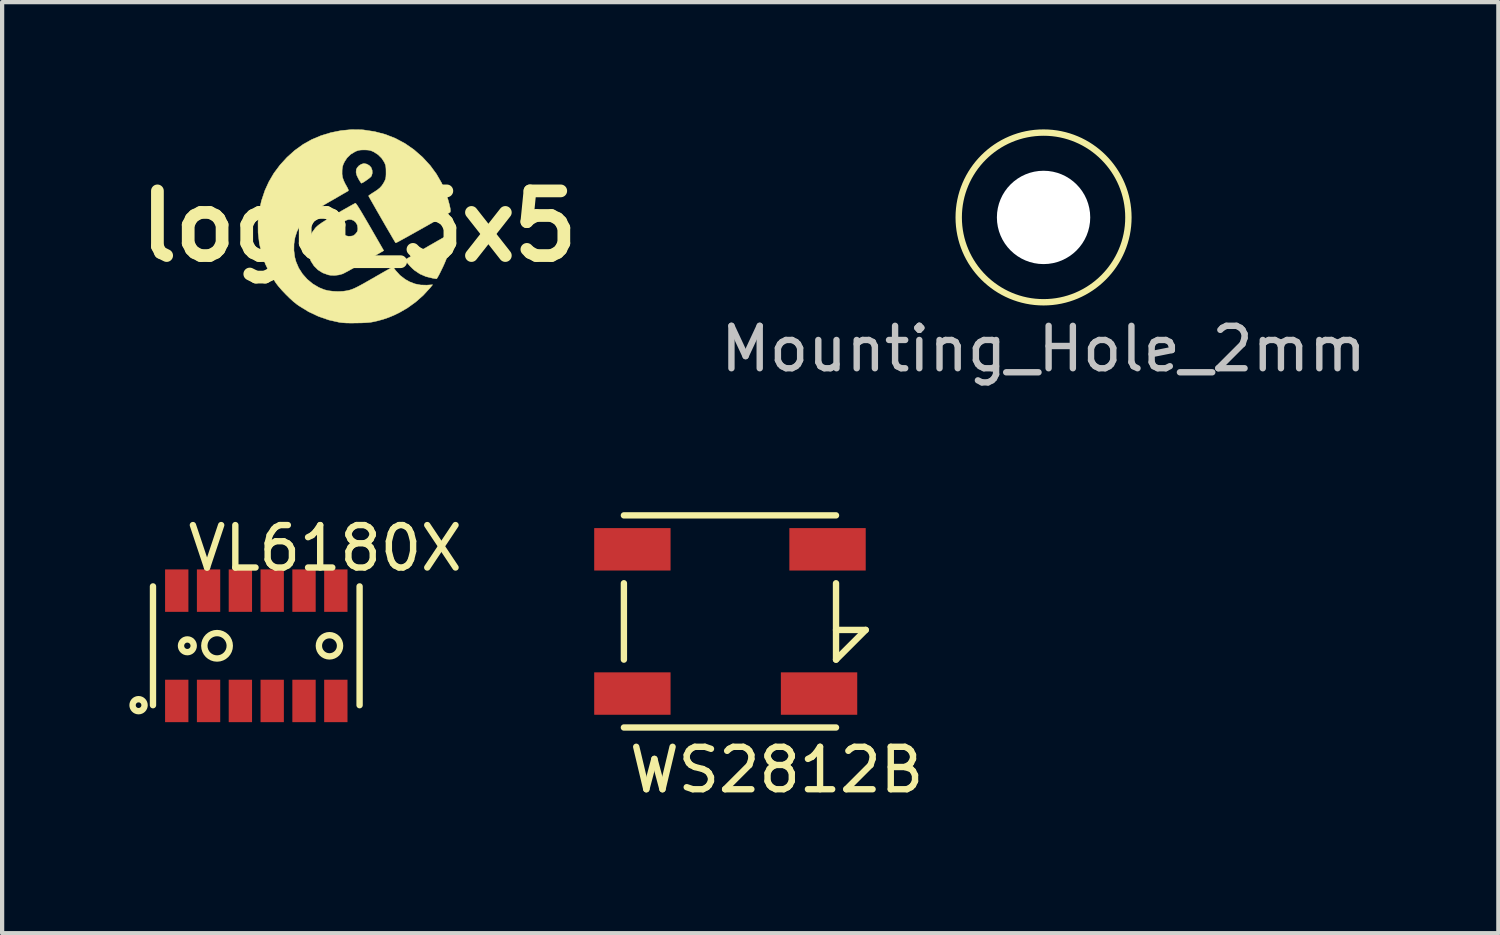
<source format=kicad_pcb>
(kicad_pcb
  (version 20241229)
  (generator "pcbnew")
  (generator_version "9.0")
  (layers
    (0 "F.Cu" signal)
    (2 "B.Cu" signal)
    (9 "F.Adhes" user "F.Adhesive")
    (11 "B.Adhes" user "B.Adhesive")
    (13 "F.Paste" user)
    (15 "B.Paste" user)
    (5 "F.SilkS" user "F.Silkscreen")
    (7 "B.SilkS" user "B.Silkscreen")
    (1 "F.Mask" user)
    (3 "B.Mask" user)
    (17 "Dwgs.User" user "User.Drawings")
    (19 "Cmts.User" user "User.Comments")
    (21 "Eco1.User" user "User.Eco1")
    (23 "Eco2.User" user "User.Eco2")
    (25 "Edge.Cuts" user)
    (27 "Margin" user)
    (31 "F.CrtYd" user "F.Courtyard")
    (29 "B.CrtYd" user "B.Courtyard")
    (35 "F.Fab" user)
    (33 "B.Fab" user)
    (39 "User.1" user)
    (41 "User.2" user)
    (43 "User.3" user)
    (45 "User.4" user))
  (footprint "WS2812B"
    (layer "F.Cu")
    (at 11.856 9.898)
    (property "Reference" "WS2812B" (at 3.4 5.2 0) (layer "F.SilkS") (effects (font (size 1 1) (thickness 0.15))))
    (attr through_hole)
    (fp_line (start -0.2 -0.8) (end 4.8 -0.8) (stroke (width 0.15) (type solid)) (layer "F.SilkS"))
    (fp_line (start -0.2 0.8) (end -0.2 2.6) (stroke (width 0.15) (type solid)) (layer "F.SilkS"))
    (fp_line (start -0.2 4.2) (end 4.8 4.2) (stroke (width 0.15) (type solid)) (layer "F.SilkS"))
    (fp_line (start 4.8 0.8) (end 4.8 2.6) (stroke (width 0.15) (type solid)) (layer "F.SilkS"))
    (fp_line (start 4.8 2.6) (end 5.5 1.9) (stroke (width 0.15) (type solid)) (layer "F.SilkS"))
    (fp_line (start 5.5 1.9) (end 4.8 1.9) (stroke (width 0.15) (type solid)) (layer "F.SilkS"))
    (pad "1" smd rect (at 0 0) (size 1.8 1) (layers "F.Cu" "F.Mask" "F.Paste"))
    (pad "2" smd rect (at 0 3.4) (size 1.8 1) (layers "F.Cu" "F.Mask" "F.Paste"))
    (pad "3" smd rect (at 4.4 3.4) (size 1.8 1) (layers "F.Cu" "F.Mask" "F.Paste"))
    (pad "4" smd rect (at 4.6 0) (size 1.8 1) (layers "F.Cu" "F.Mask" "F.Paste")))
  (footprint "Mounting_Hole_2mm"
    (layer "F.Cu")
    (at 21.548 2.075)
    (property "Reference" "Mounting_Hole_2mm" (at 0 3.1 0) (layer "Dwgs.User") (effects (font (size 1 1) (thickness 0.15))))
    (attr through_hole)
    (fp_circle (center 0 0) (end 2 0) (stroke (width 0.15) (type solid)) (fill no) (layer "F.SilkS"))
    (pad "" np_thru_hole circle (at 0 0) (size 2.2 2.2) (drill 2.2) (layers "*.Cu" "*.Mask")))
  (footprint "VL6180X"
    (layer "F.Cu")
    (at 1.116 13.472)
    (property "Reference" "VL6180X" (at 3.5 -3.6 0) (layer "F.SilkS") (effects (font (size 1 1) (thickness 0.15))))
    (attr through_hole)
    (fp_line (start -0.56 -2.7) (end -0.56 0.1) (stroke (width 0.15) (type solid)) (layer "F.SilkS"))
    (fp_line (start 4.31 0.1) (end 4.31 -2.7) (stroke (width 0.15) (type solid)) (layer "F.SilkS"))
    (fp_circle (center -0.9 0.1) (end -0.8 0.2) (stroke (width 0.15) (type solid)) (fill no) (layer "F.SilkS"))
    (fp_circle (center 0.25 -1.3) (end 0.25 -1.15) (stroke (width 0.15) (type solid)) (fill no) (layer "F.SilkS"))
    (fp_circle (center 0.95 -1.3) (end 0.95 -1) (stroke (width 0.15) (type solid)) (fill no) (layer "F.SilkS"))
    (fp_circle (center 3.6 -1.3) (end 3.85 -1.3) (stroke (width 0.15) (type solid)) (fill no) (layer "F.SilkS"))
    (pad "1" smd rect (at 0 0) (size 0.55 1) (layers "F.Cu" "F.Mask" "F.Paste"))
    (pad "2" smd rect (at 0.75 0) (size 0.55 1) (layers "F.Cu" "F.Mask" "F.Paste"))
    (pad "3" smd rect (at 1.5 0) (size 0.55 1) (layers "F.Cu" "F.Mask" "F.Paste"))
    (pad "4" smd rect (at 2.25 0) (size 0.55 1) (layers "F.Cu" "F.Mask" "F.Paste"))
    (pad "5" smd rect (at 3 0) (size 0.55 1) (layers "F.Cu" "F.Mask" "F.Paste"))
    (pad "6" smd rect (at 3.75 0) (size 0.55 1) (layers "F.Cu" "F.Mask" "F.Paste"))
    (pad "7" smd rect (at 3.75 -2.6) (size 0.55 1) (layers "F.Cu" "F.Mask" "F.Paste"))
    (pad "8" smd rect (at 3 -2.6) (size 0.55 1) (layers "F.Cu" "F.Mask" "F.Paste"))
    (pad "9" smd rect (at 2.25 -2.6) (size 0.55 1) (layers "F.Cu" "F.Mask" "F.Paste"))
    (pad "10" smd rect (at 1.5 -2.6) (size 0.55 1) (layers "F.Cu" "F.Mask" "F.Paste"))
    (pad "11" smd rect (at 0.75 -2.6) (size 0.55 1) (layers "F.Cu" "F.Mask" "F.Paste"))
    (pad "12" smd rect (at 0 -2.6) (size 0.55 1) (layers "F.Cu" "F.Mask" "F.Paste")))
  (footprint "logo_5x5"
    (layer "F.Cu")
    (at 5.414 2.284)
    (property "Reference" "logo_5x5" (at 0 0 0) (layer "F.SilkS") (effects (font (size 1.524 1.524) (thickness 0.3))))
    (attr through_hole)
    (fp_poly (pts (xy 0.18 -1.467) (xy 0.239 -1.434) (xy 0.282 -1.389) (xy 0.283 -1.387) (xy 0.308 -1.322) (xy 0.311 -1.252) (xy 0.293 -1.188) (xy 0.289 -1.181) (xy 0.269 -1.159) (xy 0.232 -1.128) (xy 0.185 -1.094) (xy 0.136 -1.06) (xy 0.093 -1.033) (xy 0.061 -1.018) (xy 0.053 -1.016) (xy 0.043 -1.028) (xy 0.022 -1.059) (xy -0.005 -1.104) (xy -0.009 -1.109) (xy -0.052 -1.197) (xy -0.071 -1.272) (xy -0.066 -1.336) (xy -0.046 -1.379) (xy -0.005 -1.426) (xy 0.051 -1.462) (xy 0.108 -1.479) (xy 0.119 -1.479) (xy 0.18 -1.467)) (stroke (width 0.01) (type solid)) (fill yes) (layer "F.SilkS"))
    (fp_poly (pts (xy 2.179 0.18) (xy 2.179 0.211) (xy 2.174 0.255) (xy 2.156 0.378) (xy 2.129 0.513) (xy 2.095 0.647) (xy 2.059 0.761) (xy 2.039 0.813) (xy 2.012 0.877) (xy 1.98 0.948) (xy 1.945 1.02) (xy 1.911 1.09) (xy 1.879 1.152) (xy 1.852 1.2) (xy 1.833 1.231) (xy 1.824 1.238) (xy 1.806 1.235) (xy 1.767 1.229) (xy 1.737 1.224) (xy 1.577 1.185) (xy 1.435 1.124) (xy 1.308 1.039) (xy 1.253 0.99) (xy 1.206 0.943) (xy 1.163 0.894) (xy 1.126 0.849) (xy 1.101 0.812) (xy 1.091 0.789) (xy 1.092 0.785) (xy 1.107 0.776) (xy 1.144 0.754) (xy 1.2 0.721) (xy 1.273 0.679) (xy 1.357 0.629) (xy 1.451 0.575) (xy 1.551 0.517) (xy 1.653 0.458) (xy 1.755 0.4) (xy 1.852 0.344) (xy 1.942 0.293) (xy 2.021 0.248) (xy 2.085 0.211) (xy 2.132 0.185) (xy 2.158 0.171) (xy 2.161 0.169) (xy 2.174 0.168) (xy 2.179 0.18)) (stroke (width 0.01) (type solid)) (fill yes) (layer "F.SilkS"))
    (fp_poly (pts (xy -0.077 -0.537) (xy -0.056 -0.511) (xy -0.024 -0.463) (xy 0.019 -0.394) (xy 0.075 -0.301) (xy 0.143 -0.185) (xy 0.225 -0.045) (xy 0.257 0.01) (xy 0.581 0.573) (xy 0.13 0.834) (xy 0.021 0.897) (xy -0.082 0.955) (xy -0.177 1.008) (xy -0.259 1.054) (xy -0.325 1.089) (xy -0.371 1.113) (xy -0.391 1.122) (xy -0.479 1.146) (xy -0.579 1.158) (xy -0.675 1.154) (xy -0.725 1.145) (xy -0.856 1.098) (xy -0.969 1.027) (xy -1.062 0.934) (xy -1.135 0.821) (xy -1.185 0.687) (xy -1.188 0.677) (xy -1.208 0.542) (xy -1.201 0.405) (xy -1.167 0.272) (xy -1.109 0.148) (xy -1.028 0.037) (xy -1.02 0.03) (xy -0.429 0.03) (xy -0.415 0.101) (xy -0.405 0.123) (xy -0.366 0.185) (xy -0.316 0.221) (xy -0.252 0.235) (xy -0.21 0.234) (xy -0.159 0.228) (xy -0.123 0.214) (xy -0.091 0.186) (xy -0.08 0.174) (xy -0.048 0.134) (xy -0.033 0.096) (xy -0.03 0.047) (xy -0.042 -0.029) (xy -0.076 -0.09) (xy -0.125 -0.134) (xy -0.185 -0.158) (xy -0.251 -0.16) (xy -0.316 -0.137) (xy -0.368 -0.099) (xy -0.413 -0.037) (xy -0.429 0.03) (xy -1.02 0.03) (xy -0.986 -0.004) (xy -0.94 -0.041) (xy -0.868 -0.091) (xy -0.771 -0.152) (xy -0.651 -0.224) (xy -0.509 -0.307) (xy -0.505 -0.31) (xy -0.406 -0.367) (xy -0.314 -0.419) (xy -0.233 -0.465) (xy -0.167 -0.502) (xy -0.119 -0.528) (xy -0.092 -0.543) (xy -0.088 -0.545) (xy -0.077 -0.537)) (stroke (width 0.01) (type solid)) (fill yes) (layer "F.SilkS"))
    (fp_poly (pts (xy 0.051 -2.276) (xy 0.104 -2.272) (xy 0.368 -2.232) (xy 0.619 -2.166) (xy 0.856 -2.073) (xy 1.081 -1.953) (xy 1.293 -1.806) (xy 1.492 -1.632) (xy 1.503 -1.621) (xy 1.677 -1.432) (xy 1.823 -1.233) (xy 1.945 -1.021) (xy 2.043 -0.792) (xy 2.097 -0.626) (xy 2.128 -0.513) (xy 2.147 -0.427) (xy 2.154 -0.369) (xy 2.15 -0.337) (xy 2.146 -0.332) (xy 2.101 -0.305) (xy 2.038 -0.267) (xy 1.959 -0.221) (xy 1.867 -0.167) (xy 1.766 -0.109) (xy 1.657 -0.047) (xy 1.545 0.016) (xy 1.432 0.08) (xy 1.321 0.142) (xy 1.216 0.201) (xy 1.119 0.255) (xy 1.033 0.302) (xy 0.962 0.341) (xy 0.907 0.37) (xy 0.873 0.387) (xy 0.863 0.39) (xy 0.852 0.375) (xy 0.829 0.337) (xy 0.795 0.28) (xy 0.753 0.207) (xy 0.703 0.121) (xy 0.647 0.026) (xy 0.589 -0.075) (xy 0.529 -0.179) (xy 0.47 -0.282) (xy 0.412 -0.382) (xy 0.36 -0.474) (xy 0.313 -0.557) (xy 0.274 -0.625) (xy 0.245 -0.677) (xy 0.228 -0.709) (xy 0.224 -0.717) (xy 0.236 -0.729) (xy 0.268 -0.752) (xy 0.315 -0.783) (xy 0.349 -0.804) (xy 0.43 -0.857) (xy 0.49 -0.906) (xy 0.537 -0.958) (xy 0.579 -1.022) (xy 0.595 -1.052) (xy 0.614 -1.091) (xy 0.626 -1.127) (xy 0.632 -1.169) (xy 0.635 -1.226) (xy 0.635 -1.277) (xy 0.634 -1.35) (xy 0.63 -1.402) (xy 0.622 -1.443) (xy 0.607 -1.482) (xy 0.594 -1.511) (xy 0.532 -1.606) (xy 0.447 -1.689) (xy 0.346 -1.754) (xy 0.331 -1.761) (xy 0.281 -1.782) (xy 0.234 -1.794) (xy 0.178 -1.799) (xy 0.12 -1.8) (xy 0.048 -1.799) (xy -0.005 -1.792) (xy -0.051 -1.778) (xy -0.091 -1.761) (xy -0.198 -1.697) (xy -0.284 -1.613) (xy -0.344 -1.521) (xy -0.373 -1.46) (xy -0.39 -1.404) (xy -0.399 -1.339) (xy -0.4 -1.313) (xy -0.401 -1.23) (xy -0.39 -1.155) (xy -0.365 -1.08) (xy -0.325 -0.996) (xy -0.298 -0.95) (xy -0.268 -0.894) (xy -0.253 -0.859) (xy -0.252 -0.84) (xy -0.257 -0.834) (xy -0.275 -0.824) (xy -0.314 -0.801) (xy -0.374 -0.767) (xy -0.449 -0.723) (xy -0.537 -0.672) (xy -0.634 -0.616) (xy -0.682 -0.589) (xy -0.787 -0.528) (xy -0.886 -0.469) (xy -0.977 -0.414) (xy -1.055 -0.365) (xy -1.116 -0.326) (xy -1.157 -0.298) (xy -1.166 -0.291) (xy -1.288 -0.171) (xy -1.388 -0.032) (xy -1.465 0.125) (xy -1.511 0.268) (xy -1.534 0.414) (xy -1.536 0.57) (xy -1.516 0.725) (xy -1.488 0.831) (xy -1.424 0.982) (xy -1.334 1.123) (xy -1.223 1.248) (xy -1.093 1.356) (xy -0.948 1.442) (xy -0.822 1.494) (xy -0.726 1.518) (xy -0.612 1.532) (xy -0.492 1.537) (xy -0.377 1.532) (xy -0.282 1.518) (xy -0.238 1.508) (xy -0.196 1.496) (xy -0.153 1.48) (xy -0.105 1.46) (xy -0.049 1.433) (xy 0.018 1.398) (xy 0.099 1.354) (xy 0.197 1.298) (xy 0.316 1.23) (xy 0.401 1.181) (xy 0.499 1.125) (xy 0.588 1.074) (xy 0.666 1.03) (xy 0.729 0.995) (xy 0.773 0.971) (xy 0.797 0.959) (xy 0.799 0.959) (xy 0.81 0.972) (xy 0.833 1.003) (xy 0.864 1.045) (xy 0.965 1.156) (xy 1.087 1.25) (xy 1.188 1.307) (xy 1.318 1.357) (xy 1.45 1.383) (xy 1.593 1.387) (xy 1.607 1.386) (xy 1.733 1.378) (xy 1.67 1.455) (xy 1.513 1.626) (xy 1.334 1.784) (xy 1.14 1.924) (xy 0.957 2.03) (xy 0.82 2.097) (xy 0.694 2.149) (xy 0.569 2.192) (xy 0.43 2.23) (xy 0.403 2.236) (xy 0.341 2.25) (xy 0.282 2.261) (xy 0.22 2.268) (xy 0.149 2.273) (xy 0.061 2.277) (xy -0.045 2.279) (xy -0.184 2.281) (xy -0.298 2.279) (xy -0.389 2.273) (xy -0.463 2.264) (xy -0.713 2.208) (xy -0.958 2.123) (xy -1.193 2.012) (xy -1.414 1.876) (xy -1.464 1.841) (xy -1.546 1.776) (xy -1.637 1.693) (xy -1.732 1.599) (xy -1.824 1.502) (xy -1.904 1.409) (xy -1.96 1.336) (xy -2.099 1.117) (xy -2.21 0.887) (xy -2.294 0.648) (xy -2.351 0.403) (xy -2.38 0.153) (xy -2.382 -0.099) (xy -2.356 -0.35) (xy -2.302 -0.599) (xy -2.22 -0.844) (xy -2.127 -1.048) (xy -2.009 -1.25) (xy -1.865 -1.443) (xy -1.7 -1.624) (xy -1.519 -1.787) (xy -1.325 -1.927) (xy -1.321 -1.93) (xy -1.118 -2.044) (xy -0.897 -2.137) (xy -0.664 -2.208) (xy -0.425 -2.256) (xy -0.185 -2.279) (xy 0.051 -2.276)) (stroke (width 0.01) (type solid)) (fill yes) (layer "F.SilkS")))
  (gr_rect
    (start -3 -3)
    (end 32.268 18.947)
    (stroke (width 0.1) (type default))
    (fill no)
    (layer "Edge.Cuts")))
</source>
